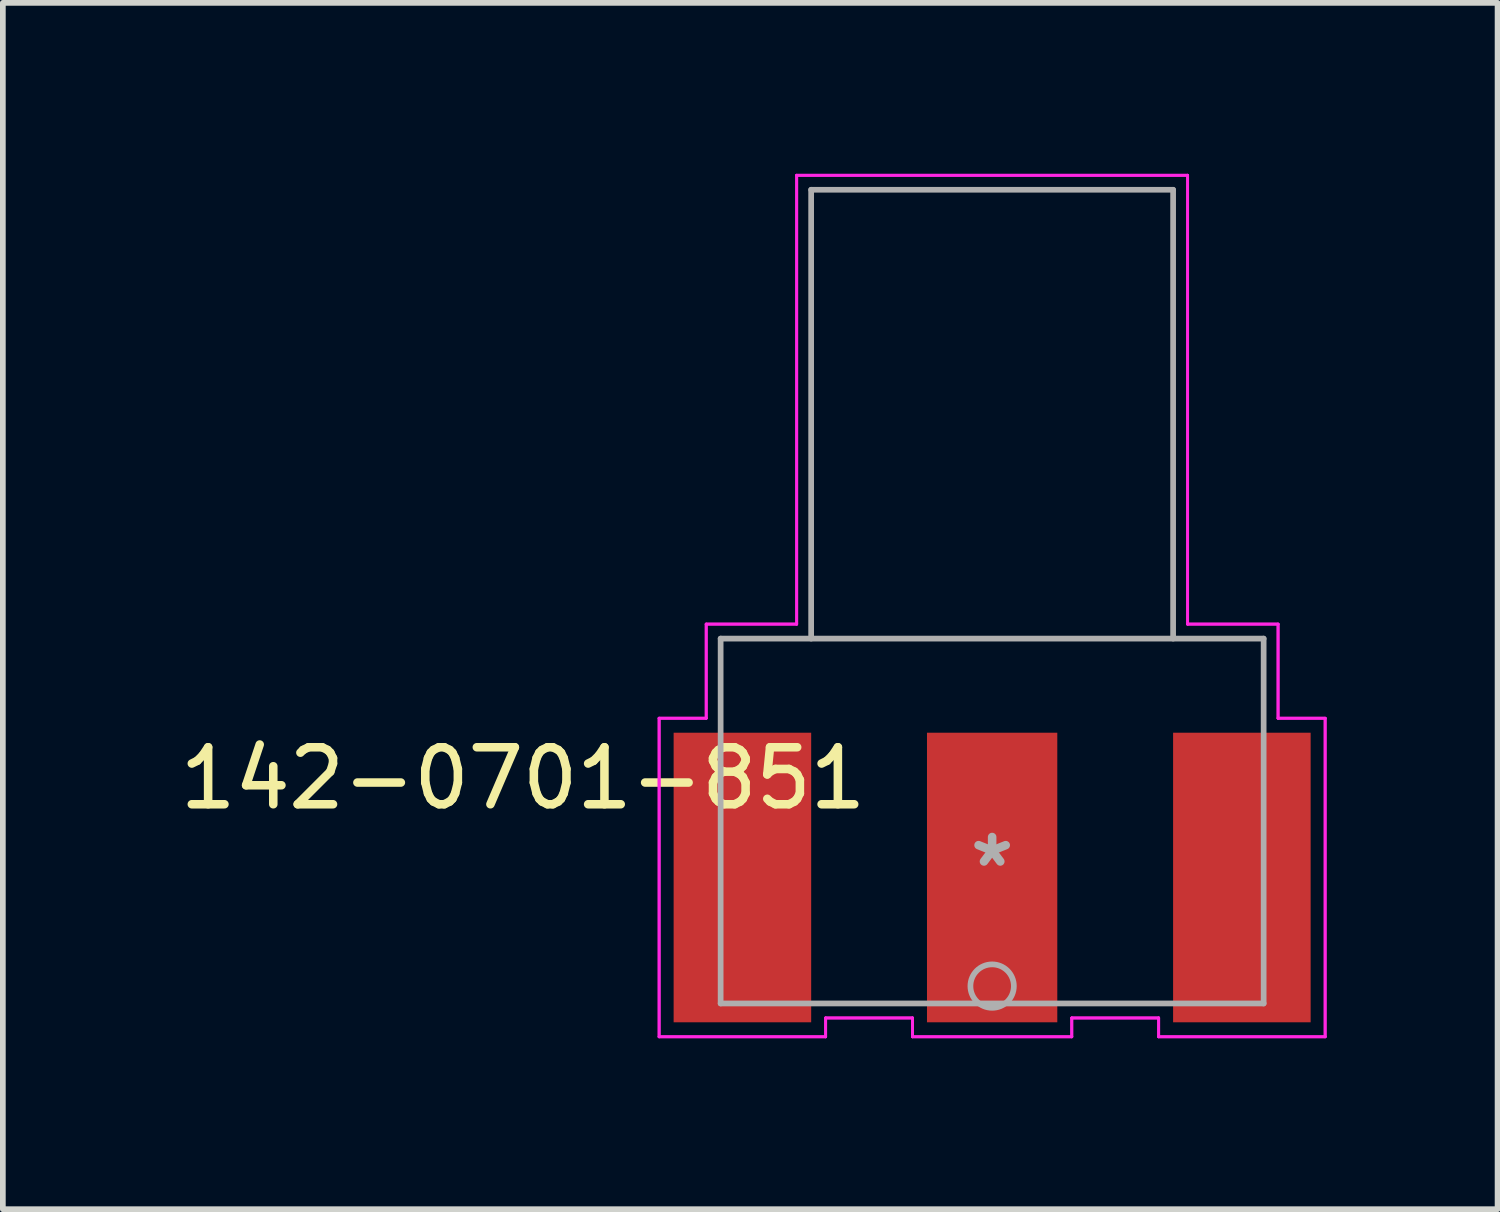
<source format=kicad_pcb>
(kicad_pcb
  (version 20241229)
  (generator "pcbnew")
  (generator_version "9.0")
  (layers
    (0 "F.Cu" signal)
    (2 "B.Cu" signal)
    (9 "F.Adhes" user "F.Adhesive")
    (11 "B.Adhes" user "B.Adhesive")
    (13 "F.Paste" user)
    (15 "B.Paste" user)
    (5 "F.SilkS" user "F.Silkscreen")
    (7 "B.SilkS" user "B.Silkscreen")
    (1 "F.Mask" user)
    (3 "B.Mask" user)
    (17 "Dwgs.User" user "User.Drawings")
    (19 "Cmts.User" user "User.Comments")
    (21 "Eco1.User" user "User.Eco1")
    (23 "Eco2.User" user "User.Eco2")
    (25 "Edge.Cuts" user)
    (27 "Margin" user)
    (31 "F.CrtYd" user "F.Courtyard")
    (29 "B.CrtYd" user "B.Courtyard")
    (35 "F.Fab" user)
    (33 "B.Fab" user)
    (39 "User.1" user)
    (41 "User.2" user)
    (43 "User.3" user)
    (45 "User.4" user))
  (footprint "142-0701-851"
    (layer "F.Cu")
    (at 14.355 12.179)
    (property "Reference" "142-0701-851" (at -8.23 -1.575 0) (layer "F.SilkS") (effects (font (size 1 1) (thickness 0.15))))
    (attr through_hole)
    (fp_line (start -5.842 -2.629) (end -5.842 2.959) (stroke (width 0.05) (type solid)) (layer "F.CrtYd"))
    (fp_line (start -5.842 -2.629) (end -5.842 2.959) (stroke (width 0.05) (type solid)) (layer "F.CrtYd"))
    (fp_line (start -5.842 2.959) (end -2.921 2.959) (stroke (width 0.05) (type solid)) (layer "F.CrtYd"))
    (fp_line (start -5.842 2.959) (end -2.921 2.959) (stroke (width 0.05) (type solid)) (layer "F.CrtYd"))
    (fp_line (start -5.016 -4.28) (end -5.016 -2.629) (stroke (width 0.05) (type solid)) (layer "F.CrtYd"))
    (fp_line (start -5.016 -4.28) (end -5.016 -2.629) (stroke (width 0.05) (type solid)) (layer "F.CrtYd"))
    (fp_line (start -5.016 -2.629) (end -5.842 -2.629) (stroke (width 0.05) (type solid)) (layer "F.CrtYd"))
    (fp_line (start -5.016 -2.629) (end -5.842 -2.629) (stroke (width 0.05) (type solid)) (layer "F.CrtYd"))
    (fp_line (start -3.429 -12.154) (end -3.429 -4.28) (stroke (width 0.05) (type solid)) (layer "F.CrtYd"))
    (fp_line (start -3.429 -12.154) (end -3.429 -4.28) (stroke (width 0.05) (type solid)) (layer "F.CrtYd"))
    (fp_line (start -3.429 -4.28) (end -5.016 -4.28) (stroke (width 0.05) (type solid)) (layer "F.CrtYd"))
    (fp_line (start -3.429 -4.28) (end -5.016 -4.28) (stroke (width 0.05) (type solid)) (layer "F.CrtYd"))
    (fp_line (start -2.921 2.629) (end -1.397 2.629) (stroke (width 0.05) (type solid)) (layer "F.CrtYd"))
    (fp_line (start -2.921 2.629) (end -1.397 2.629) (stroke (width 0.05) (type solid)) (layer "F.CrtYd"))
    (fp_line (start -2.921 2.959) (end -2.921 2.629) (stroke (width 0.05) (type solid)) (layer "F.CrtYd"))
    (fp_line (start -2.921 2.959) (end -2.921 2.629) (stroke (width 0.05) (type solid)) (layer "F.CrtYd"))
    (fp_line (start -1.397 2.629) (end -1.397 2.959) (stroke (width 0.05) (type solid)) (layer "F.CrtYd"))
    (fp_line (start -1.397 2.629) (end -1.397 2.959) (stroke (width 0.05) (type solid)) (layer "F.CrtYd"))
    (fp_line (start -1.397 2.959) (end 1.397 2.959) (stroke (width 0.05) (type solid)) (layer "F.CrtYd"))
    (fp_line (start -1.397 2.959) (end 1.397 2.959) (stroke (width 0.05) (type solid)) (layer "F.CrtYd"))
    (fp_line (start 1.397 2.629) (end 2.921 2.629) (stroke (width 0.05) (type solid)) (layer "F.CrtYd"))
    (fp_line (start 1.397 2.629) (end 2.921 2.629) (stroke (width 0.05) (type solid)) (layer "F.CrtYd"))
    (fp_line (start 1.397 2.959) (end 1.397 2.629) (stroke (width 0.05) (type solid)) (layer "F.CrtYd"))
    (fp_line (start 1.397 2.959) (end 1.397 2.629) (stroke (width 0.05) (type solid)) (layer "F.CrtYd"))
    (fp_line (start 2.921 2.629) (end 2.921 2.959) (stroke (width 0.05) (type solid)) (layer "F.CrtYd"))
    (fp_line (start 2.921 2.629) (end 2.921 2.959) (stroke (width 0.05) (type solid)) (layer "F.CrtYd"))
    (fp_line (start 2.921 2.959) (end 5.842 2.959) (stroke (width 0.05) (type solid)) (layer "F.CrtYd"))
    (fp_line (start 2.921 2.959) (end 5.842 2.959) (stroke (width 0.05) (type solid)) (layer "F.CrtYd"))
    (fp_line (start 3.429 -12.154) (end -3.429 -12.154) (stroke (width 0.05) (type solid)) (layer "F.CrtYd"))
    (fp_line (start 3.429 -12.154) (end -3.429 -12.154) (stroke (width 0.05) (type solid)) (layer "F.CrtYd"))
    (fp_line (start 3.429 -4.28) (end 3.429 -12.154) (stroke (width 0.05) (type solid)) (layer "F.CrtYd"))
    (fp_line (start 3.429 -4.28) (end 3.429 -12.154) (stroke (width 0.05) (type solid)) (layer "F.CrtYd"))
    (fp_line (start 5.016 -4.28) (end 3.429 -4.28) (stroke (width 0.05) (type solid)) (layer "F.CrtYd"))
    (fp_line (start 5.016 -4.28) (end 3.429 -4.28) (stroke (width 0.05) (type solid)) (layer "F.CrtYd"))
    (fp_line (start 5.016 -2.629) (end 5.016 -4.28) (stroke (width 0.05) (type solid)) (layer "F.CrtYd"))
    (fp_line (start 5.016 -2.629) (end 5.016 -4.28) (stroke (width 0.05) (type solid)) (layer "F.CrtYd"))
    (fp_line (start 5.842 -2.629) (end 5.016 -2.629) (stroke (width 0.05) (type solid)) (layer "F.CrtYd"))
    (fp_line (start 5.842 -2.629) (end 5.016 -2.629) (stroke (width 0.05) (type solid)) (layer "F.CrtYd"))
    (fp_line (start 5.842 2.959) (end 5.842 -2.629) (stroke (width 0.05) (type solid)) (layer "F.CrtYd"))
    (fp_line (start 5.842 2.959) (end 5.842 -2.629) (stroke (width 0.05) (type solid)) (layer "F.CrtYd"))
    (fp_line (start -4.763 -4.026) (end -4.763 2.375) (stroke (width 0.1) (type solid)) (layer "F.Fab"))
    (fp_line (start -4.763 2.375) (end 4.763 2.375) (stroke (width 0.1) (type solid)) (layer "F.Fab"))
    (fp_line (start -3.175 -11.9) (end 3.175 -11.9) (stroke (width 0.1) (type solid)) (layer "F.Fab"))
    (fp_line (start -3.175 -4.026) (end -3.175 -11.9) (stroke (width 0.1) (type solid)) (layer "F.Fab"))
    (fp_line (start 3.175 -11.9) (end 3.175 -4.026) (stroke (width 0.1) (type solid)) (layer "F.Fab"))
    (fp_line (start 4.763 -4.026) (end -4.763 -4.026) (stroke (width 0.1) (type solid)) (layer "F.Fab"))
    (fp_line (start 4.763 2.375) (end 4.763 -4.026) (stroke (width 0.1) (type solid)) (layer "F.Fab"))
    (fp_circle (center 0 2.07) (end 0.381 2.07) (stroke (width 0.1) (type solid)) (fill no) (layer "F.Fab"))
    (fp_text user "*" (at 0 0 0) (layer "F.Fab") (effects (font (size 1 1) (thickness 0.15))))
    (pad "1" smd rect (at 0 0.165) (size 2.286 5.08) (layers "F.Cu" "F.Mask" "F.Paste"))
    (pad "2" smd rect (at -4.381 0.165) (size 2.413 5.08) (layers "F.Cu" "F.Mask" "F.Paste"))
    (pad "3" smd rect (at 4.381 0.165) (size 2.413 5.08) (layers "F.Cu" "F.Mask" "F.Paste")))
  (gr_rect
    (start -3 -3)
    (end 23.222 18.163)
    (stroke (width 0.1) (type default))
    (fill no)
    (layer "Edge.Cuts")))
</source>
